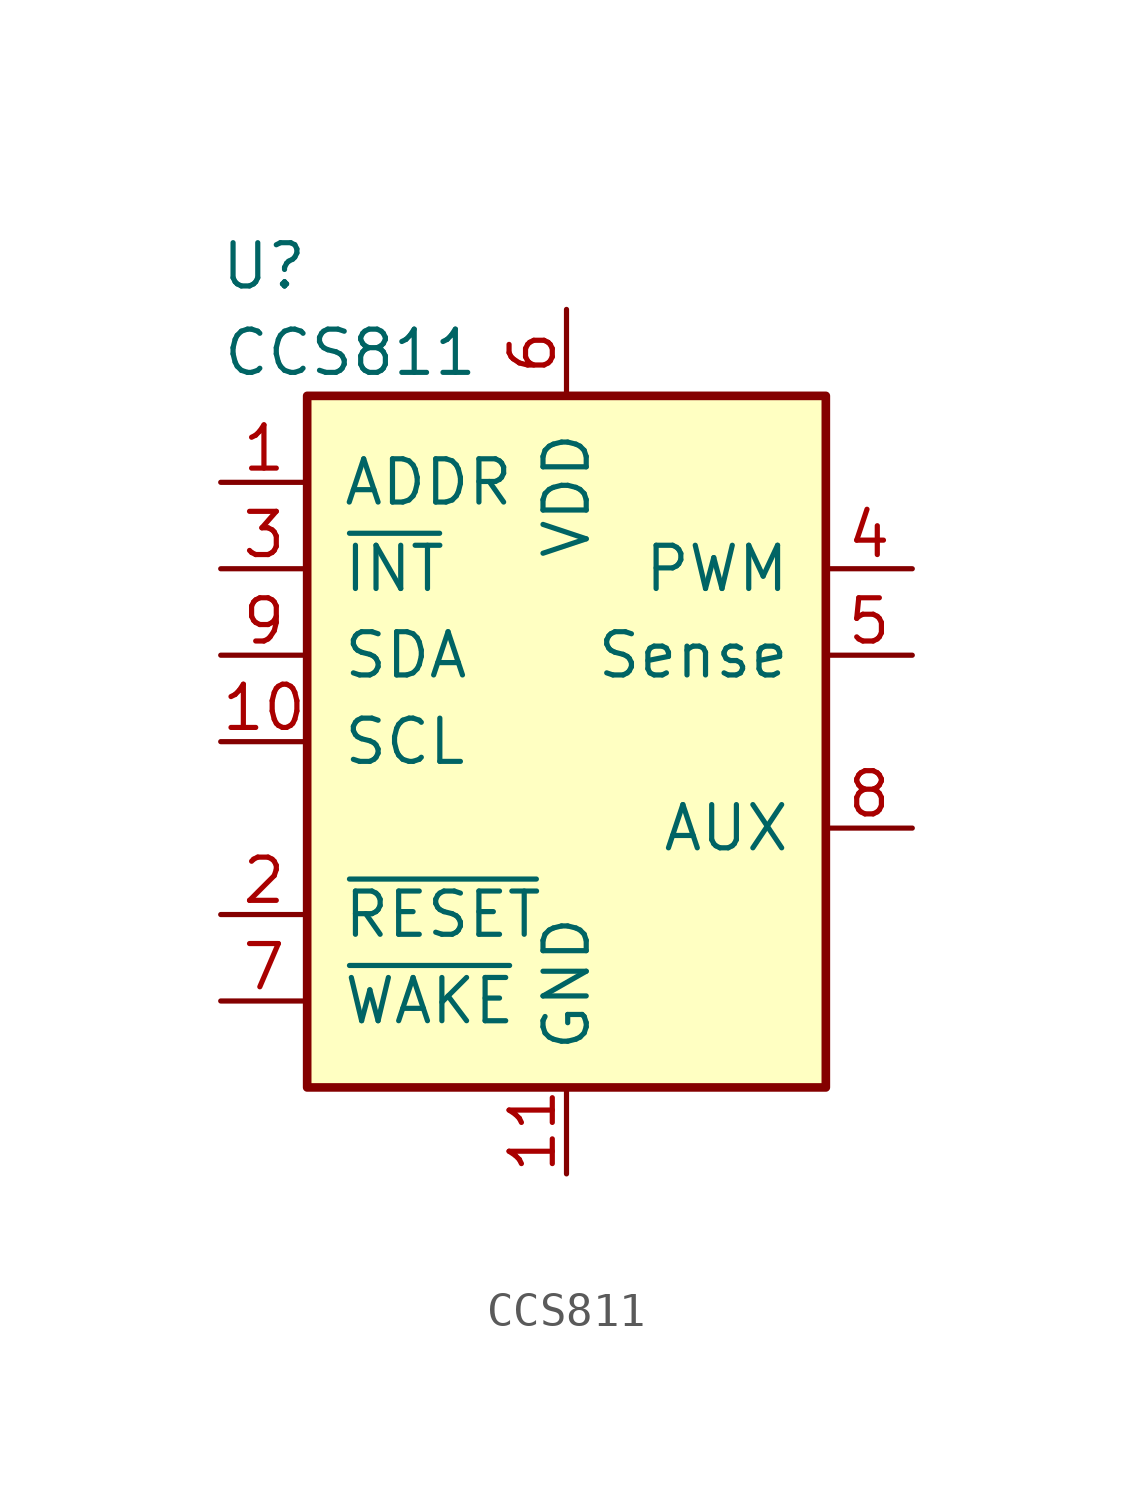
<source format=kicad_sym>
(kicad_symbol_lib
  (version 20201005)
  (generator kicad_symbol_editor)
  (symbol "CCS811"
    (pin_names
      (offset 1.016))
    (property "Reference" "U"
      (at -8.89 13.97 0)
      (effects (font (size 1.27 1.27))))
    (property "Value" "CCS811"
      (at -6.35 11.43 0)
      (effects (font (size 1.27 1.27))))
    (symbol "CCS811_0_1"
      (rectangle (start -7.62 10.16) (end 7.62 -10.16) (stroke (width 0.254)) (fill (type background))))
    (symbol "CCS811_1_1"
      (pin input line (at -10.16 7.62 0) (length 2.54) (name "ADDR" (effects (font (size 1.27 1.27)))) (number "1" (effects (font (size 1.27 1.27)))))
      (pin input line (at -10.16 -5.08 0) (length 2.54) (name "~RESET" (effects (font (size 1.27 1.27)))) (number "2" (effects (font (size 1.27 1.27)))))
      (pin output line (at -10.16 5.08 0) (length 2.54) (name "~INT" (effects (font (size 1.27 1.27)))) (number "3" (effects (font (size 1.27 1.27)))))
      (pin output line (at 10.16 5.08 180) (length 2.54) (name "PWM" (effects (font (size 1.27 1.27)))) (number "4" (effects (font (size 1.27 1.27)))))
      (pin bidirectional line (at 10.16 2.54 180) (length 2.54) (name "Sense" (effects (font (size 1.27 1.27)))) (number "5" (effects (font (size 1.27 1.27)))))
      (pin power_in line (at 0 12.7 270) (length 2.54) (name "VDD" (effects (font (size 1.27 1.27)))) (number "6" (effects (font (size 1.27 1.27)))))
      (pin input line (at -10.16 -7.62 0) (length 2.54) (name "~WAKE" (effects (font (size 1.27 1.27)))) (number "7" (effects (font (size 1.27 1.27)))))
      (pin input line (at 10.16 -2.54 180) (length 2.54) (name "AUX" (effects (font (size 1.27 1.27)))) (number "8" (effects (font (size 1.27 1.27)))))
      (pin bidirectional line (at -10.16 2.54 0) (length 2.54) (name "SDA" (effects (font (size 1.27 1.27)))) (number "9" (effects (font (size 1.27 1.27)))))
      (pin input line (at -10.16 0 0) (length 2.54) (name "SCL" (effects (font (size 1.27 1.27)))) (number "10" (effects (font (size 1.27 1.27)))))
      (pin power_in line (at 0 -12.7 90) (length 2.54) (name "GND" (effects (font (size 1.27 1.27)))) (number "11" (effects (font (size 1.27 1.27))))))))
</source>
